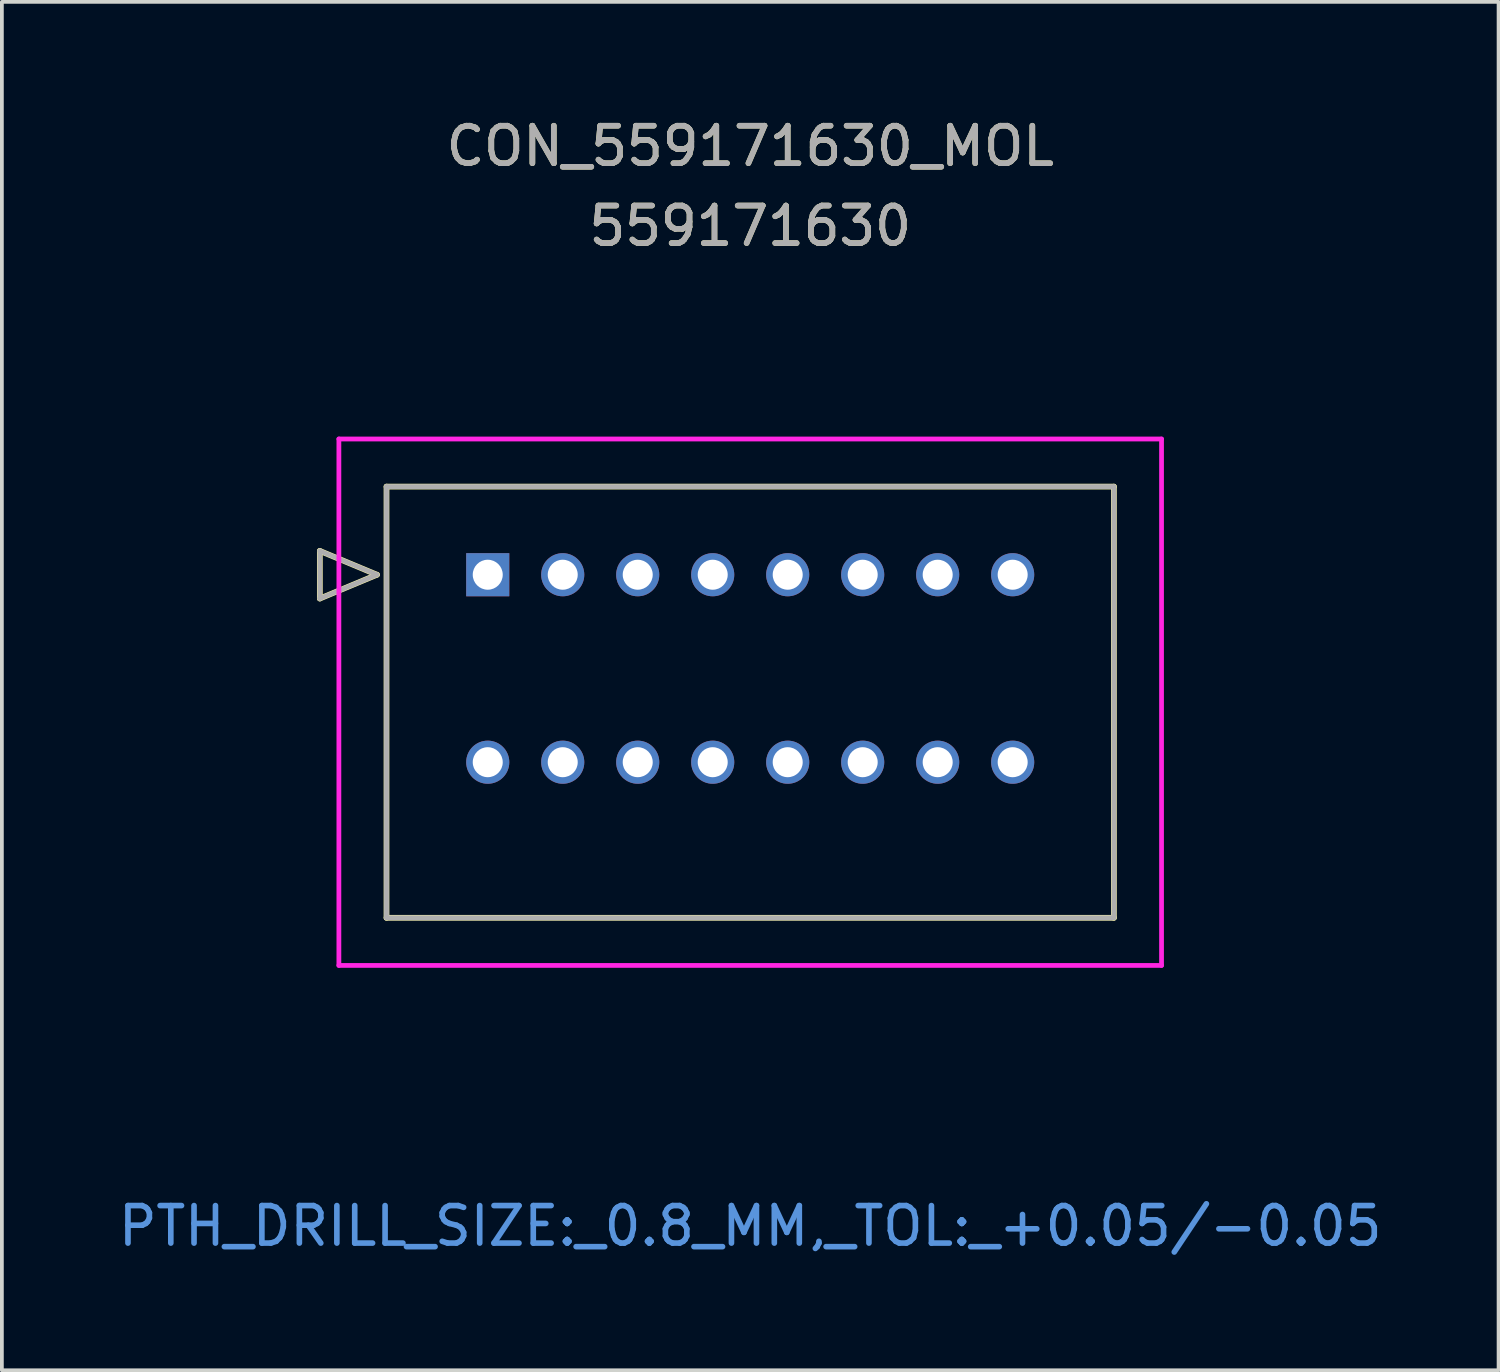
<source format=kicad_pcb>
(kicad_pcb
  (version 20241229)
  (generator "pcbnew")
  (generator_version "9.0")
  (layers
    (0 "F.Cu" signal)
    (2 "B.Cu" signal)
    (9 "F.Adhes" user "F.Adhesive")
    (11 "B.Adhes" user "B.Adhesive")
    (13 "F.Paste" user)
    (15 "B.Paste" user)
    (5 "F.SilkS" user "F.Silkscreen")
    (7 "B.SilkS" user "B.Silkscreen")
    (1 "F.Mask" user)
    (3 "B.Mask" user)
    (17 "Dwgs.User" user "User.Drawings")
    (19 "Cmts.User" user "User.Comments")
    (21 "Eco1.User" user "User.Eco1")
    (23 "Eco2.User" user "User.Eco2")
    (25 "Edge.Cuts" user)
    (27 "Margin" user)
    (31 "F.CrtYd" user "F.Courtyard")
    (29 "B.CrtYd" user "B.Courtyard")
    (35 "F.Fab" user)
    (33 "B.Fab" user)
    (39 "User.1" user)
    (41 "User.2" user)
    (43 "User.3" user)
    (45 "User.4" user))
  (footprint "CON_559171630_MOL"
    (layer "F.Cu")
    (at 9.958 12.278)
    (property "Reference" "CON_559171630_MOL" (at 7 -11.43 0) (unlocked yes) (layer "F.SilkS") (effects (font (size 1 1) (thickness 0.15))))
    (attr through_hole)
    (fp_line (start -4.478 -0.635) (end -4.478 0.635) (stroke (width 0.152) (type solid)) (layer "F.SilkS"))
    (fp_line (start -4.478 0.635) (end -2.954 0) (stroke (width 0.152) (type solid)) (layer "F.SilkS"))
    (fp_line (start -2.954 0) (end -4.478 -0.635) (stroke (width 0.152) (type solid)) (layer "F.SilkS"))
    (fp_line (start -2.7 -2.35) (end -2.7 9.15) (stroke (width 0.152) (type solid)) (layer "F.SilkS"))
    (fp_line (start -2.7 9.15) (end 16.7 9.15) (stroke (width 0.152) (type solid)) (layer "F.SilkS"))
    (fp_line (start 16.7 -2.35) (end -2.7 -2.35) (stroke (width 0.152) (type solid)) (layer "F.SilkS"))
    (fp_line (start 16.7 9.15) (end 16.7 -2.35) (stroke (width 0.152) (type solid)) (layer "F.SilkS"))
    (fp_line (start -3.97 -3.62) (end -3.97 10.42) (stroke (width 0.127) (type solid)) (layer "F.CrtYd"))
    (fp_line (start -3.97 10.42) (end 17.97 10.42) (stroke (width 0.127) (type solid)) (layer "F.CrtYd"))
    (fp_line (start 17.97 -3.62) (end -3.97 -3.62) (stroke (width 0.127) (type solid)) (layer "F.CrtYd"))
    (fp_line (start 17.97 10.42) (end 17.97 -3.62) (stroke (width 0.127) (type solid)) (layer "F.CrtYd"))
    (fp_line (start -4.478 -0.635) (end -4.478 0.635) (stroke (width 0.127) (type solid)) (layer "F.Fab"))
    (fp_line (start -4.478 0.635) (end -2.954 0) (stroke (width 0.127) (type solid)) (layer "F.Fab"))
    (fp_line (start -2.954 0) (end -4.478 -0.635) (stroke (width 0.127) (type solid)) (layer "F.Fab"))
    (fp_line (start -2.7 -2.35) (end -2.7 9.15) (stroke (width 0.127) (type solid)) (layer "F.Fab"))
    (fp_line (start -2.7 9.15) (end 16.7 9.15) (stroke (width 0.127) (type solid)) (layer "F.Fab"))
    (fp_line (start 16.7 -2.35) (end -2.7 -2.35) (stroke (width 0.127) (type solid)) (layer "F.Fab"))
    (fp_line (start 16.7 9.15) (end 16.7 -2.35) (stroke (width 0.127) (type solid)) (layer "F.Fab"))
    (fp_text user "559171630" (at 7 -9.3 0) (unlocked yes) (layer "F.SilkS") (effects (font (size 1 1) (thickness 0.15))))
    (fp_text user "PTH_DRILL_SIZE:_0.8_MM,_TOL:_+0.05/-0.05" (at 7 17.37 0) (unlocked yes) (layer "Cmts.User") (effects (font (size 1 1) (thickness 0.15))))
    (fp_text user "${REFERENCE}" (at 7 -11.43 0) (unlocked yes) (layer "F.Fab") (effects (font (size 1 1) (thickness 0.15))))
    (fp_text user "559171630" (at 7 -9.3 0) (unlocked yes) (layer "F.Fab") (effects (font (size 1 1) (thickness 0.15))))
    (pad "1" thru_hole rect (at 0 0) (size 1.15 1.15) (drill 0.8) (layers "*.Cu" "*.Mask"))
    (pad "2" thru_hole circle (at 0 5) (size 1.15 1.15) (drill 0.8) (layers "*.Cu" "*.Mask"))
    (pad "3" thru_hole circle (at 2 0 90) (size 1.15 1.15) (drill 0.8) (layers "*.Cu" "*.Mask"))
    (pad "4" thru_hole circle (at 2 5 90) (size 1.15 1.15) (drill 0.8) (layers "*.Cu" "*.Mask"))
    (pad "5" thru_hole circle (at 4 0 90) (size 1.15 1.15) (drill 0.8) (layers "*.Cu" "*.Mask"))
    (pad "6" thru_hole circle (at 4 5 90) (size 1.15 1.15) (drill 0.8) (layers "*.Cu" "*.Mask"))
    (pad "7" thru_hole circle (at 6 0 90) (size 1.15 1.15) (drill 0.8) (layers "*.Cu" "*.Mask"))
    (pad "8" thru_hole circle (at 6 5 90) (size 1.15 1.15) (drill 0.8) (layers "*.Cu" "*.Mask"))
    (pad "9" thru_hole circle (at 8 0 90) (size 1.15 1.15) (drill 0.8) (layers "*.Cu" "*.Mask"))
    (pad "10" thru_hole circle (at 8 5 90) (size 1.15 1.15) (drill 0.8) (layers "*.Cu" "*.Mask"))
    (pad "11" thru_hole circle (at 10 0 90) (size 1.15 1.15) (drill 0.8) (layers "*.Cu" "*.Mask"))
    (pad "12" thru_hole circle (at 10 5 90) (size 1.15 1.15) (drill 0.8) (layers "*.Cu" "*.Mask"))
    (pad "13" thru_hole circle (at 12 0 90) (size 1.15 1.15) (drill 0.8) (layers "*.Cu" "*.Mask"))
    (pad "14" thru_hole circle (at 12 5 90) (size 1.15 1.15) (drill 0.8) (layers "*.Cu" "*.Mask"))
    (pad "15" thru_hole circle (at 14 0 90) (size 1.15 1.15) (drill 0.8) (layers "*.Cu" "*.Mask"))
    (pad "16" thru_hole circle (at 14 5 90) (size 1.15 1.15) (drill 0.8) (layers "*.Cu" "*.Mask")))
  (gr_rect
    (start -3 -3)
    (end 36.917 33.496)
    (stroke (width 0.1) (type default))
    (fill no)
    (layer "Edge.Cuts")))
</source>
